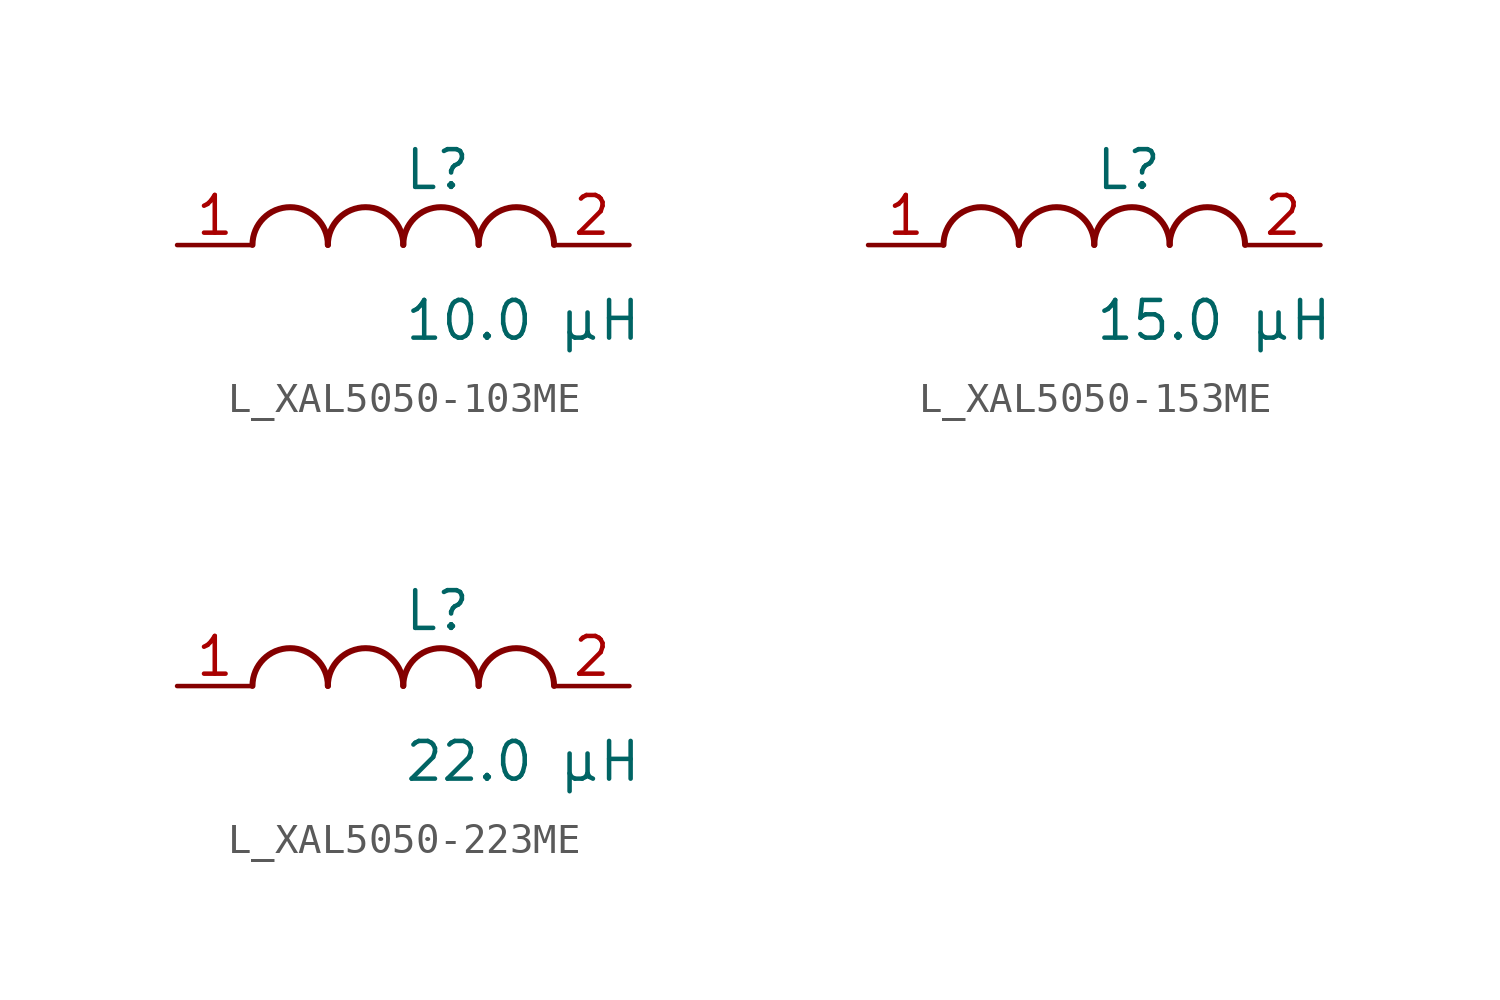
<source format=kicad_sym>
(kicad_symbol_lib
  (version 20231120)
  (generator kicad_symbol_editor)
  (generator_version 8.0)
  (symbol "L_XAL5050-103ME"
    (pin_names
      (offset 0.254))
    (property "Reference" "L"
      (at 0 2.54 0)
      (effects (font (size 1.27 1.27)) (justify left)))
    (property "Value" "10.0 µH"
      (at 0 -2.54 0)
      (effects (font (size 1.27 1.27)) (justify left)))
    (symbol "L_XAL5050-103ME_1_1"
      (arc (start -2.54 0.0056) (mid -3.81 1.27) (end -5.08 0.0056) (stroke (width 0.2032) (type default)) (fill (type none)))
      (arc (start 0 0.0056) (mid -1.27 1.27) (end -2.54 0.0056) (stroke (width 0.2032) (type default)) (fill (type none)))
      (arc (start 2.54 0.0056) (mid 1.27 1.27) (end 0 0.0056) (stroke (width 0.2032) (type default)) (fill (type none)))
      (arc (start 5.08 0.0056) (mid 3.81 1.27) (end 2.54 0.0056) (stroke (width 0.2032) (type default)) (fill (type none)))
      (pin unspecified line (at -7.62 0 0) (length 2.54) (name "" (effects (font (size 1.27 1.27)))) (number "1" (effects (font (size 1.27 1.27)))))
      (pin unspecified line (at 7.62 0 180) (length 2.54) (name "" (effects (font (size 1.27 1.27)))) (number "2" (effects (font (size 1.27 1.27)))))))
  (symbol "L_XAL5050-153ME"
    (pin_names
      (offset 0.254))
    (property "Reference" "L"
      (at 0 2.54 0)
      (effects (font (size 1.27 1.27)) (justify left)))
    (property "Value" "15.0 µH"
      (at 0 -2.54 0)
      (effects (font (size 1.27 1.27)) (justify left)))
    (symbol "L_XAL5050-153ME_1_1"
      (arc (start -2.54 0.0056) (mid -3.81 1.27) (end -5.08 0.0056) (stroke (width 0.2032) (type default)) (fill (type none)))
      (arc (start 0 0.0056) (mid -1.27 1.27) (end -2.54 0.0056) (stroke (width 0.2032) (type default)) (fill (type none)))
      (arc (start 2.54 0.0056) (mid 1.27 1.27) (end 0 0.0056) (stroke (width 0.2032) (type default)) (fill (type none)))
      (arc (start 5.08 0.0056) (mid 3.81 1.27) (end 2.54 0.0056) (stroke (width 0.2032) (type default)) (fill (type none)))
      (pin unspecified line (at -7.62 0 0) (length 2.54) (name "" (effects (font (size 1.27 1.27)))) (number "1" (effects (font (size 1.27 1.27)))))
      (pin unspecified line (at 7.62 0 180) (length 2.54) (name "" (effects (font (size 1.27 1.27)))) (number "2" (effects (font (size 1.27 1.27)))))))
  (symbol "L_XAL5050-223ME"
    (pin_names
      (offset 0.254))
    (property "Reference" "L"
      (at 0 2.54 0)
      (effects (font (size 1.27 1.27)) (justify left)))
    (property "Value" "22.0 µH"
      (at 0 -2.54 0)
      (effects (font (size 1.27 1.27)) (justify left)))
    (symbol "L_XAL5050-223ME_1_1"
      (arc (start -2.54 0.0056) (mid -3.81 1.27) (end -5.08 0.0056) (stroke (width 0.2032) (type default)) (fill (type none)))
      (arc (start 0 0.0056) (mid -1.27 1.27) (end -2.54 0.0056) (stroke (width 0.2032) (type default)) (fill (type none)))
      (arc (start 2.54 0.0056) (mid 1.27 1.27) (end 0 0.0056) (stroke (width 0.2032) (type default)) (fill (type none)))
      (arc (start 5.08 0.0056) (mid 3.81 1.27) (end 2.54 0.0056) (stroke (width 0.2032) (type default)) (fill (type none)))
      (pin unspecified line (at -7.62 0 0) (length 2.54) (name "" (effects (font (size 1.27 1.27)))) (number "1" (effects (font (size 1.27 1.27)))))
      (pin unspecified line (at 7.62 0 180) (length 2.54) (name "" (effects (font (size 1.27 1.27)))) (number "2" (effects (font (size 1.27 1.27))))))))
</source>
